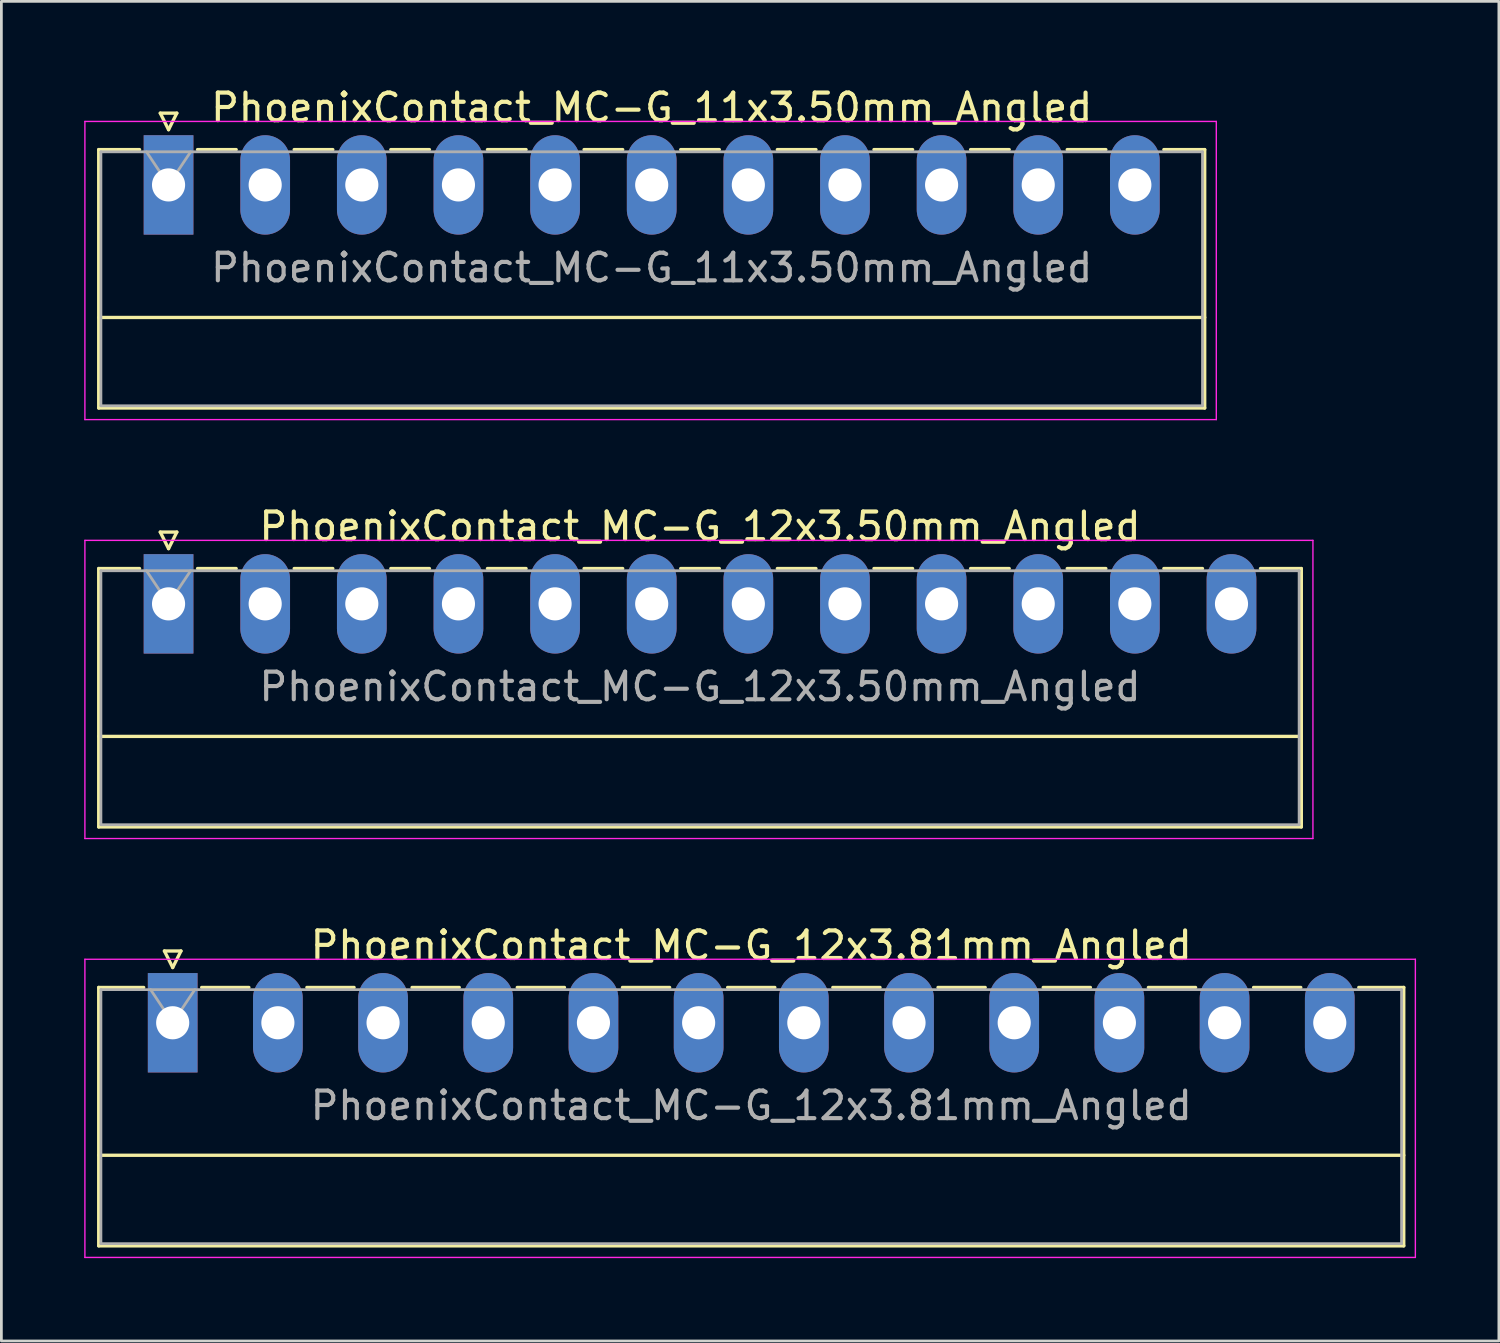
<source format=kicad_pcb>
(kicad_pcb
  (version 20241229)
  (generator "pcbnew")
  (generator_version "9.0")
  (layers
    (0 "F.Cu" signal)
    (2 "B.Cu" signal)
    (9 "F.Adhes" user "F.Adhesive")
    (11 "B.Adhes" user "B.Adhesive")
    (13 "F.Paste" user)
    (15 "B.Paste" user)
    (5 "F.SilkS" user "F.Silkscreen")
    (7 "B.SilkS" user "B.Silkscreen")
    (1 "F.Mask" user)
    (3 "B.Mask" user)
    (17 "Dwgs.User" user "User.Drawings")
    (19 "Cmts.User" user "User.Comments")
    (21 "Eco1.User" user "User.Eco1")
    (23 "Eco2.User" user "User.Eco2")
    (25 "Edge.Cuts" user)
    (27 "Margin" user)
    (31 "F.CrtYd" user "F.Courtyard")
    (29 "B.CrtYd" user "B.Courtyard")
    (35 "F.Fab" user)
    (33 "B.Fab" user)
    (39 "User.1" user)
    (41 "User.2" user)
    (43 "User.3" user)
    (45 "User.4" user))
  (footprint "PhoenixContact_MC-G_11x3.50mm_Angled"
    (layer "F.Cu")
    (at 3.055 3.648)
    (property "Reference" "PhoenixContact_MC-G_11x3.50mm_Angled" (at 17.5 -2.8 0) (layer "F.SilkS") (effects (font (size 1 1) (thickness 0.15))))
    (attr through_hole)
    (fp_line (start -2.53 -1.28) (end -2.53 8.08) (stroke (width 0.12) (type solid)) (layer "F.SilkS"))
    (fp_line (start -2.53 -1.28) (end -1.05 -1.28) (stroke (width 0.12) (type solid)) (layer "F.SilkS"))
    (fp_line (start -2.53 4.8) (end 37.53 4.8) (stroke (width 0.12) (type solid)) (layer "F.SilkS"))
    (fp_line (start -2.53 8.08) (end 37.53 8.08) (stroke (width 0.12) (type solid)) (layer "F.SilkS"))
    (fp_line (start -0.3 -2.6) (end 0.3 -2.6) (stroke (width 0.12) (type solid)) (layer "F.SilkS"))
    (fp_line (start 0 -2) (end -0.3 -2.6) (stroke (width 0.12) (type solid)) (layer "F.SilkS"))
    (fp_line (start 0.3 -2.6) (end 0 -2) (stroke (width 0.12) (type solid)) (layer "F.SilkS"))
    (fp_line (start 1.05 -1.28) (end 2.45 -1.28) (stroke (width 0.12) (type solid)) (layer "F.SilkS"))
    (fp_line (start 4.55 -1.28) (end 5.95 -1.28) (stroke (width 0.12) (type solid)) (layer "F.SilkS"))
    (fp_line (start 8.05 -1.28) (end 9.45 -1.28) (stroke (width 0.12) (type solid)) (layer "F.SilkS"))
    (fp_line (start 11.55 -1.28) (end 12.95 -1.28) (stroke (width 0.12) (type solid)) (layer "F.SilkS"))
    (fp_line (start 15.05 -1.28) (end 16.45 -1.28) (stroke (width 0.12) (type solid)) (layer "F.SilkS"))
    (fp_line (start 18.55 -1.28) (end 19.95 -1.28) (stroke (width 0.12) (type solid)) (layer "F.SilkS"))
    (fp_line (start 22.05 -1.28) (end 23.45 -1.28) (stroke (width 0.12) (type solid)) (layer "F.SilkS"))
    (fp_line (start 25.55 -1.28) (end 26.95 -1.28) (stroke (width 0.12) (type solid)) (layer "F.SilkS"))
    (fp_line (start 29.05 -1.28) (end 30.45 -1.28) (stroke (width 0.12) (type solid)) (layer "F.SilkS"))
    (fp_line (start 32.55 -1.28) (end 33.95 -1.28) (stroke (width 0.12) (type solid)) (layer "F.SilkS"))
    (fp_line (start 37.53 -1.28) (end 36.05 -1.28) (stroke (width 0.12) (type solid)) (layer "F.SilkS"))
    (fp_line (start 37.53 8.08) (end 37.53 -1.28) (stroke (width 0.12) (type solid)) (layer "F.SilkS"))
    (fp_line (start -3.03 -2.3) (end -3.03 8.5) (stroke (width 0.05) (type solid)) (layer "F.CrtYd"))
    (fp_line (start -3.03 8.5) (end 37.95 8.5) (stroke (width 0.05) (type solid)) (layer "F.CrtYd"))
    (fp_line (start 37.95 -2.3) (end -3.03 -2.3) (stroke (width 0.05) (type solid)) (layer "F.CrtYd"))
    (fp_line (start 37.95 8.5) (end 37.95 -2.3) (stroke (width 0.05) (type solid)) (layer "F.CrtYd"))
    (fp_line (start -2.45 -1.2) (end -2.45 8) (stroke (width 0.1) (type solid)) (layer "F.Fab"))
    (fp_line (start -2.45 8) (end 37.45 8) (stroke (width 0.1) (type solid)) (layer "F.Fab"))
    (fp_line (start 0 0) (end -0.8 -1.2) (stroke (width 0.1) (type solid)) (layer "F.Fab"))
    (fp_line (start 0.8 -1.2) (end 0 0) (stroke (width 0.1) (type solid)) (layer "F.Fab"))
    (fp_line (start 37.45 -1.2) (end -2.45 -1.2) (stroke (width 0.1) (type solid)) (layer "F.Fab"))
    (fp_line (start 37.45 8) (end 37.45 -1.2) (stroke (width 0.1) (type solid)) (layer "F.Fab"))
    (fp_text user "${REFERENCE}" (at 17.5 3 0) (layer "F.Fab") (effects (font (size 1 1) (thickness 0.15))))
    (pad "1" thru_hole rect (at 0 0) (size 1.8 3.6) (drill 1.2) (layers "*.Cu" "*.Mask"))
    (pad "2" thru_hole oval (at 3.5 0) (size 1.8 3.6) (drill 1.2) (layers "*.Cu" "*.Mask"))
    (pad "3" thru_hole oval (at 7 0) (size 1.8 3.6) (drill 1.2) (layers "*.Cu" "*.Mask"))
    (pad "4" thru_hole oval (at 10.5 0) (size 1.8 3.6) (drill 1.2) (layers "*.Cu" "*.Mask"))
    (pad "5" thru_hole oval (at 14 0) (size 1.8 3.6) (drill 1.2) (layers "*.Cu" "*.Mask"))
    (pad "6" thru_hole oval (at 17.5 0) (size 1.8 3.6) (drill 1.2) (layers "*.Cu" "*.Mask"))
    (pad "7" thru_hole oval (at 21 0) (size 1.8 3.6) (drill 1.2) (layers "*.Cu" "*.Mask"))
    (pad "8" thru_hole oval (at 24.5 0) (size 1.8 3.6) (drill 1.2) (layers "*.Cu" "*.Mask"))
    (pad "9" thru_hole oval (at 28 0) (size 1.8 3.6) (drill 1.2) (layers "*.Cu" "*.Mask"))
    (pad "10" thru_hole oval (at 31.5 0) (size 1.8 3.6) (drill 1.2) (layers "*.Cu" "*.Mask"))
    (pad "11" thru_hole oval (at 35 0) (size 1.8 3.6) (drill 1.2) (layers "*.Cu" "*.Mask")))
  (footprint "PhoenixContact_MC-G_12x3.81mm_Angled"
    (layer "F.Cu")
    (at 3.205 33.995)
    (property "Reference" "PhoenixContact_MC-G_12x3.81mm_Angled" (at 20.955 -2.8 0) (layer "F.SilkS") (effects (font (size 1 1) (thickness 0.15))))
    (attr through_hole)
    (fp_line (start -2.68 -1.28) (end -2.68 8.08) (stroke (width 0.12) (type solid)) (layer "F.SilkS"))
    (fp_line (start -2.68 -1.28) (end -1.05 -1.28) (stroke (width 0.12) (type solid)) (layer "F.SilkS"))
    (fp_line (start -2.68 4.8) (end 44.59 4.8) (stroke (width 0.12) (type solid)) (layer "F.SilkS"))
    (fp_line (start -2.68 8.08) (end 44.59 8.08) (stroke (width 0.12) (type solid)) (layer "F.SilkS"))
    (fp_line (start -0.3 -2.6) (end 0.3 -2.6) (stroke (width 0.12) (type solid)) (layer "F.SilkS"))
    (fp_line (start 0 -2) (end -0.3 -2.6) (stroke (width 0.12) (type solid)) (layer "F.SilkS"))
    (fp_line (start 0.3 -2.6) (end 0 -2) (stroke (width 0.12) (type solid)) (layer "F.SilkS"))
    (fp_line (start 1.05 -1.28) (end 2.76 -1.28) (stroke (width 0.12) (type solid)) (layer "F.SilkS"))
    (fp_line (start 4.86 -1.28) (end 6.57 -1.28) (stroke (width 0.12) (type solid)) (layer "F.SilkS"))
    (fp_line (start 8.67 -1.28) (end 10.38 -1.28) (stroke (width 0.12) (type solid)) (layer "F.SilkS"))
    (fp_line (start 12.48 -1.28) (end 14.19 -1.28) (stroke (width 0.12) (type solid)) (layer "F.SilkS"))
    (fp_line (start 16.29 -1.28) (end 18 -1.28) (stroke (width 0.12) (type solid)) (layer "F.SilkS"))
    (fp_line (start 20.1 -1.28) (end 21.81 -1.28) (stroke (width 0.12) (type solid)) (layer "F.SilkS"))
    (fp_line (start 23.91 -1.28) (end 25.62 -1.28) (stroke (width 0.12) (type solid)) (layer "F.SilkS"))
    (fp_line (start 27.72 -1.28) (end 29.43 -1.28) (stroke (width 0.12) (type solid)) (layer "F.SilkS"))
    (fp_line (start 31.53 -1.28) (end 33.24 -1.28) (stroke (width 0.12) (type solid)) (layer "F.SilkS"))
    (fp_line (start 35.34 -1.28) (end 37.05 -1.28) (stroke (width 0.12) (type solid)) (layer "F.SilkS"))
    (fp_line (start 39.15 -1.28) (end 40.86 -1.28) (stroke (width 0.12) (type solid)) (layer "F.SilkS"))
    (fp_line (start 44.59 -1.28) (end 42.96 -1.28) (stroke (width 0.12) (type solid)) (layer "F.SilkS"))
    (fp_line (start 44.59 8.08) (end 44.59 -1.28) (stroke (width 0.12) (type solid)) (layer "F.SilkS"))
    (fp_line (start -3.18 -2.3) (end -3.18 8.5) (stroke (width 0.05) (type solid)) (layer "F.CrtYd"))
    (fp_line (start -3.18 8.5) (end 45.01 8.5) (stroke (width 0.05) (type solid)) (layer "F.CrtYd"))
    (fp_line (start 45.01 -2.3) (end -3.18 -2.3) (stroke (width 0.05) (type solid)) (layer "F.CrtYd"))
    (fp_line (start 45.01 8.5) (end 45.01 -2.3) (stroke (width 0.05) (type solid)) (layer "F.CrtYd"))
    (fp_line (start -2.6 -1.2) (end -2.6 8) (stroke (width 0.1) (type solid)) (layer "F.Fab"))
    (fp_line (start -2.6 8) (end 44.51 8) (stroke (width 0.1) (type solid)) (layer "F.Fab"))
    (fp_line (start 0 0) (end -0.8 -1.2) (stroke (width 0.1) (type solid)) (layer "F.Fab"))
    (fp_line (start 0.8 -1.2) (end 0 0) (stroke (width 0.1) (type solid)) (layer "F.Fab"))
    (fp_line (start 44.51 -1.2) (end -2.6 -1.2) (stroke (width 0.1) (type solid)) (layer "F.Fab"))
    (fp_line (start 44.51 8) (end 44.51 -1.2) (stroke (width 0.1) (type solid)) (layer "F.Fab"))
    (fp_text user "${REFERENCE}" (at 20.955 3 0) (layer "F.Fab") (effects (font (size 1 1) (thickness 0.15))))
    (pad "1" thru_hole rect (at 0 0) (size 1.8 3.6) (drill 1.2) (layers "*.Cu" "*.Mask"))
    (pad "2" thru_hole oval (at 3.81 0) (size 1.8 3.6) (drill 1.2) (layers "*.Cu" "*.Mask"))
    (pad "3" thru_hole oval (at 7.62 0) (size 1.8 3.6) (drill 1.2) (layers "*.Cu" "*.Mask"))
    (pad "4" thru_hole oval (at 11.43 0) (size 1.8 3.6) (drill 1.2) (layers "*.Cu" "*.Mask"))
    (pad "5" thru_hole oval (at 15.24 0) (size 1.8 3.6) (drill 1.2) (layers "*.Cu" "*.Mask"))
    (pad "6" thru_hole oval (at 19.05 0) (size 1.8 3.6) (drill 1.2) (layers "*.Cu" "*.Mask"))
    (pad "7" thru_hole oval (at 22.86 0) (size 1.8 3.6) (drill 1.2) (layers "*.Cu" "*.Mask"))
    (pad "8" thru_hole oval (at 26.67 0) (size 1.8 3.6) (drill 1.2) (layers "*.Cu" "*.Mask"))
    (pad "9" thru_hole oval (at 30.48 0) (size 1.8 3.6) (drill 1.2) (layers "*.Cu" "*.Mask"))
    (pad "10" thru_hole oval (at 34.29 0) (size 1.8 3.6) (drill 1.2) (layers "*.Cu" "*.Mask"))
    (pad "11" thru_hole oval (at 38.1 0) (size 1.8 3.6) (drill 1.2) (layers "*.Cu" "*.Mask"))
    (pad "12" thru_hole oval (at 41.91 0) (size 1.8 3.6) (drill 1.2) (layers "*.Cu" "*.Mask")))
  (footprint "PhoenixContact_MC-G_12x3.50mm_Angled"
    (layer "F.Cu")
    (at 3.055 18.822)
    (property "Reference" "PhoenixContact_MC-G_12x3.50mm_Angled" (at 19.25 -2.8 0) (layer "F.SilkS") (effects (font (size 1 1) (thickness 0.15))))
    (attr through_hole)
    (fp_line (start -2.53 -1.28) (end -2.53 8.08) (stroke (width 0.12) (type solid)) (layer "F.SilkS"))
    (fp_line (start -2.53 -1.28) (end -1.05 -1.28) (stroke (width 0.12) (type solid)) (layer "F.SilkS"))
    (fp_line (start -2.53 4.8) (end 41.03 4.8) (stroke (width 0.12) (type solid)) (layer "F.SilkS"))
    (fp_line (start -2.53 8.08) (end 41.03 8.08) (stroke (width 0.12) (type solid)) (layer "F.SilkS"))
    (fp_line (start -0.3 -2.6) (end 0.3 -2.6) (stroke (width 0.12) (type solid)) (layer "F.SilkS"))
    (fp_line (start 0 -2) (end -0.3 -2.6) (stroke (width 0.12) (type solid)) (layer "F.SilkS"))
    (fp_line (start 0.3 -2.6) (end 0 -2) (stroke (width 0.12) (type solid)) (layer "F.SilkS"))
    (fp_line (start 1.05 -1.28) (end 2.45 -1.28) (stroke (width 0.12) (type solid)) (layer "F.SilkS"))
    (fp_line (start 4.55 -1.28) (end 5.95 -1.28) (stroke (width 0.12) (type solid)) (layer "F.SilkS"))
    (fp_line (start 8.05 -1.28) (end 9.45 -1.28) (stroke (width 0.12) (type solid)) (layer "F.SilkS"))
    (fp_line (start 11.55 -1.28) (end 12.95 -1.28) (stroke (width 0.12) (type solid)) (layer "F.SilkS"))
    (fp_line (start 15.05 -1.28) (end 16.45 -1.28) (stroke (width 0.12) (type solid)) (layer "F.SilkS"))
    (fp_line (start 18.55 -1.28) (end 19.95 -1.28) (stroke (width 0.12) (type solid)) (layer "F.SilkS"))
    (fp_line (start 22.05 -1.28) (end 23.45 -1.28) (stroke (width 0.12) (type solid)) (layer "F.SilkS"))
    (fp_line (start 25.55 -1.28) (end 26.95 -1.28) (stroke (width 0.12) (type solid)) (layer "F.SilkS"))
    (fp_line (start 29.05 -1.28) (end 30.45 -1.28) (stroke (width 0.12) (type solid)) (layer "F.SilkS"))
    (fp_line (start 32.55 -1.28) (end 33.95 -1.28) (stroke (width 0.12) (type solid)) (layer "F.SilkS"))
    (fp_line (start 36.05 -1.28) (end 37.45 -1.28) (stroke (width 0.12) (type solid)) (layer "F.SilkS"))
    (fp_line (start 41.03 -1.28) (end 39.55 -1.28) (stroke (width 0.12) (type solid)) (layer "F.SilkS"))
    (fp_line (start 41.03 8.08) (end 41.03 -1.28) (stroke (width 0.12) (type solid)) (layer "F.SilkS"))
    (fp_line (start -3.03 -2.3) (end -3.03 8.5) (stroke (width 0.05) (type solid)) (layer "F.CrtYd"))
    (fp_line (start -3.03 8.5) (end 41.45 8.5) (stroke (width 0.05) (type solid)) (layer "F.CrtYd"))
    (fp_line (start 41.45 -2.3) (end -3.03 -2.3) (stroke (width 0.05) (type solid)) (layer "F.CrtYd"))
    (fp_line (start 41.45 8.5) (end 41.45 -2.3) (stroke (width 0.05) (type solid)) (layer "F.CrtYd"))
    (fp_line (start -2.45 -1.2) (end -2.45 8) (stroke (width 0.1) (type solid)) (layer "F.Fab"))
    (fp_line (start -2.45 8) (end 40.95 8) (stroke (width 0.1) (type solid)) (layer "F.Fab"))
    (fp_line (start 0 0) (end -0.8 -1.2) (stroke (width 0.1) (type solid)) (layer "F.Fab"))
    (fp_line (start 0.8 -1.2) (end 0 0) (stroke (width 0.1) (type solid)) (layer "F.Fab"))
    (fp_line (start 40.95 -1.2) (end -2.45 -1.2) (stroke (width 0.1) (type solid)) (layer "F.Fab"))
    (fp_line (start 40.95 8) (end 40.95 -1.2) (stroke (width 0.1) (type solid)) (layer "F.Fab"))
    (fp_text user "${REFERENCE}" (at 19.25 3 0) (layer "F.Fab") (effects (font (size 1 1) (thickness 0.15))))
    (pad "1" thru_hole rect (at 0 0) (size 1.8 3.6) (drill 1.2) (layers "*.Cu" "*.Mask"))
    (pad "2" thru_hole oval (at 3.5 0) (size 1.8 3.6) (drill 1.2) (layers "*.Cu" "*.Mask"))
    (pad "3" thru_hole oval (at 7 0) (size 1.8 3.6) (drill 1.2) (layers "*.Cu" "*.Mask"))
    (pad "4" thru_hole oval (at 10.5 0) (size 1.8 3.6) (drill 1.2) (layers "*.Cu" "*.Mask"))
    (pad "5" thru_hole oval (at 14 0) (size 1.8 3.6) (drill 1.2) (layers "*.Cu" "*.Mask"))
    (pad "6" thru_hole oval (at 17.5 0) (size 1.8 3.6) (drill 1.2) (layers "*.Cu" "*.Mask"))
    (pad "7" thru_hole oval (at 21 0) (size 1.8 3.6) (drill 1.2) (layers "*.Cu" "*.Mask"))
    (pad "8" thru_hole oval (at 24.5 0) (size 1.8 3.6) (drill 1.2) (layers "*.Cu" "*.Mask"))
    (pad "9" thru_hole oval (at 28 0) (size 1.8 3.6) (drill 1.2) (layers "*.Cu" "*.Mask"))
    (pad "10" thru_hole oval (at 31.5 0) (size 1.8 3.6) (drill 1.2) (layers "*.Cu" "*.Mask"))
    (pad "11" thru_hole oval (at 35 0) (size 1.8 3.6) (drill 1.2) (layers "*.Cu" "*.Mask"))
    (pad "12" thru_hole oval (at 38.5 0) (size 1.8 3.6) (drill 1.2) (layers "*.Cu" "*.Mask")))
  (gr_rect
    (start -3 -3)
    (end 51.24 45.52)
    (stroke (width 0.1) (type default))
    (fill no)
    (layer "Edge.Cuts")))
</source>
